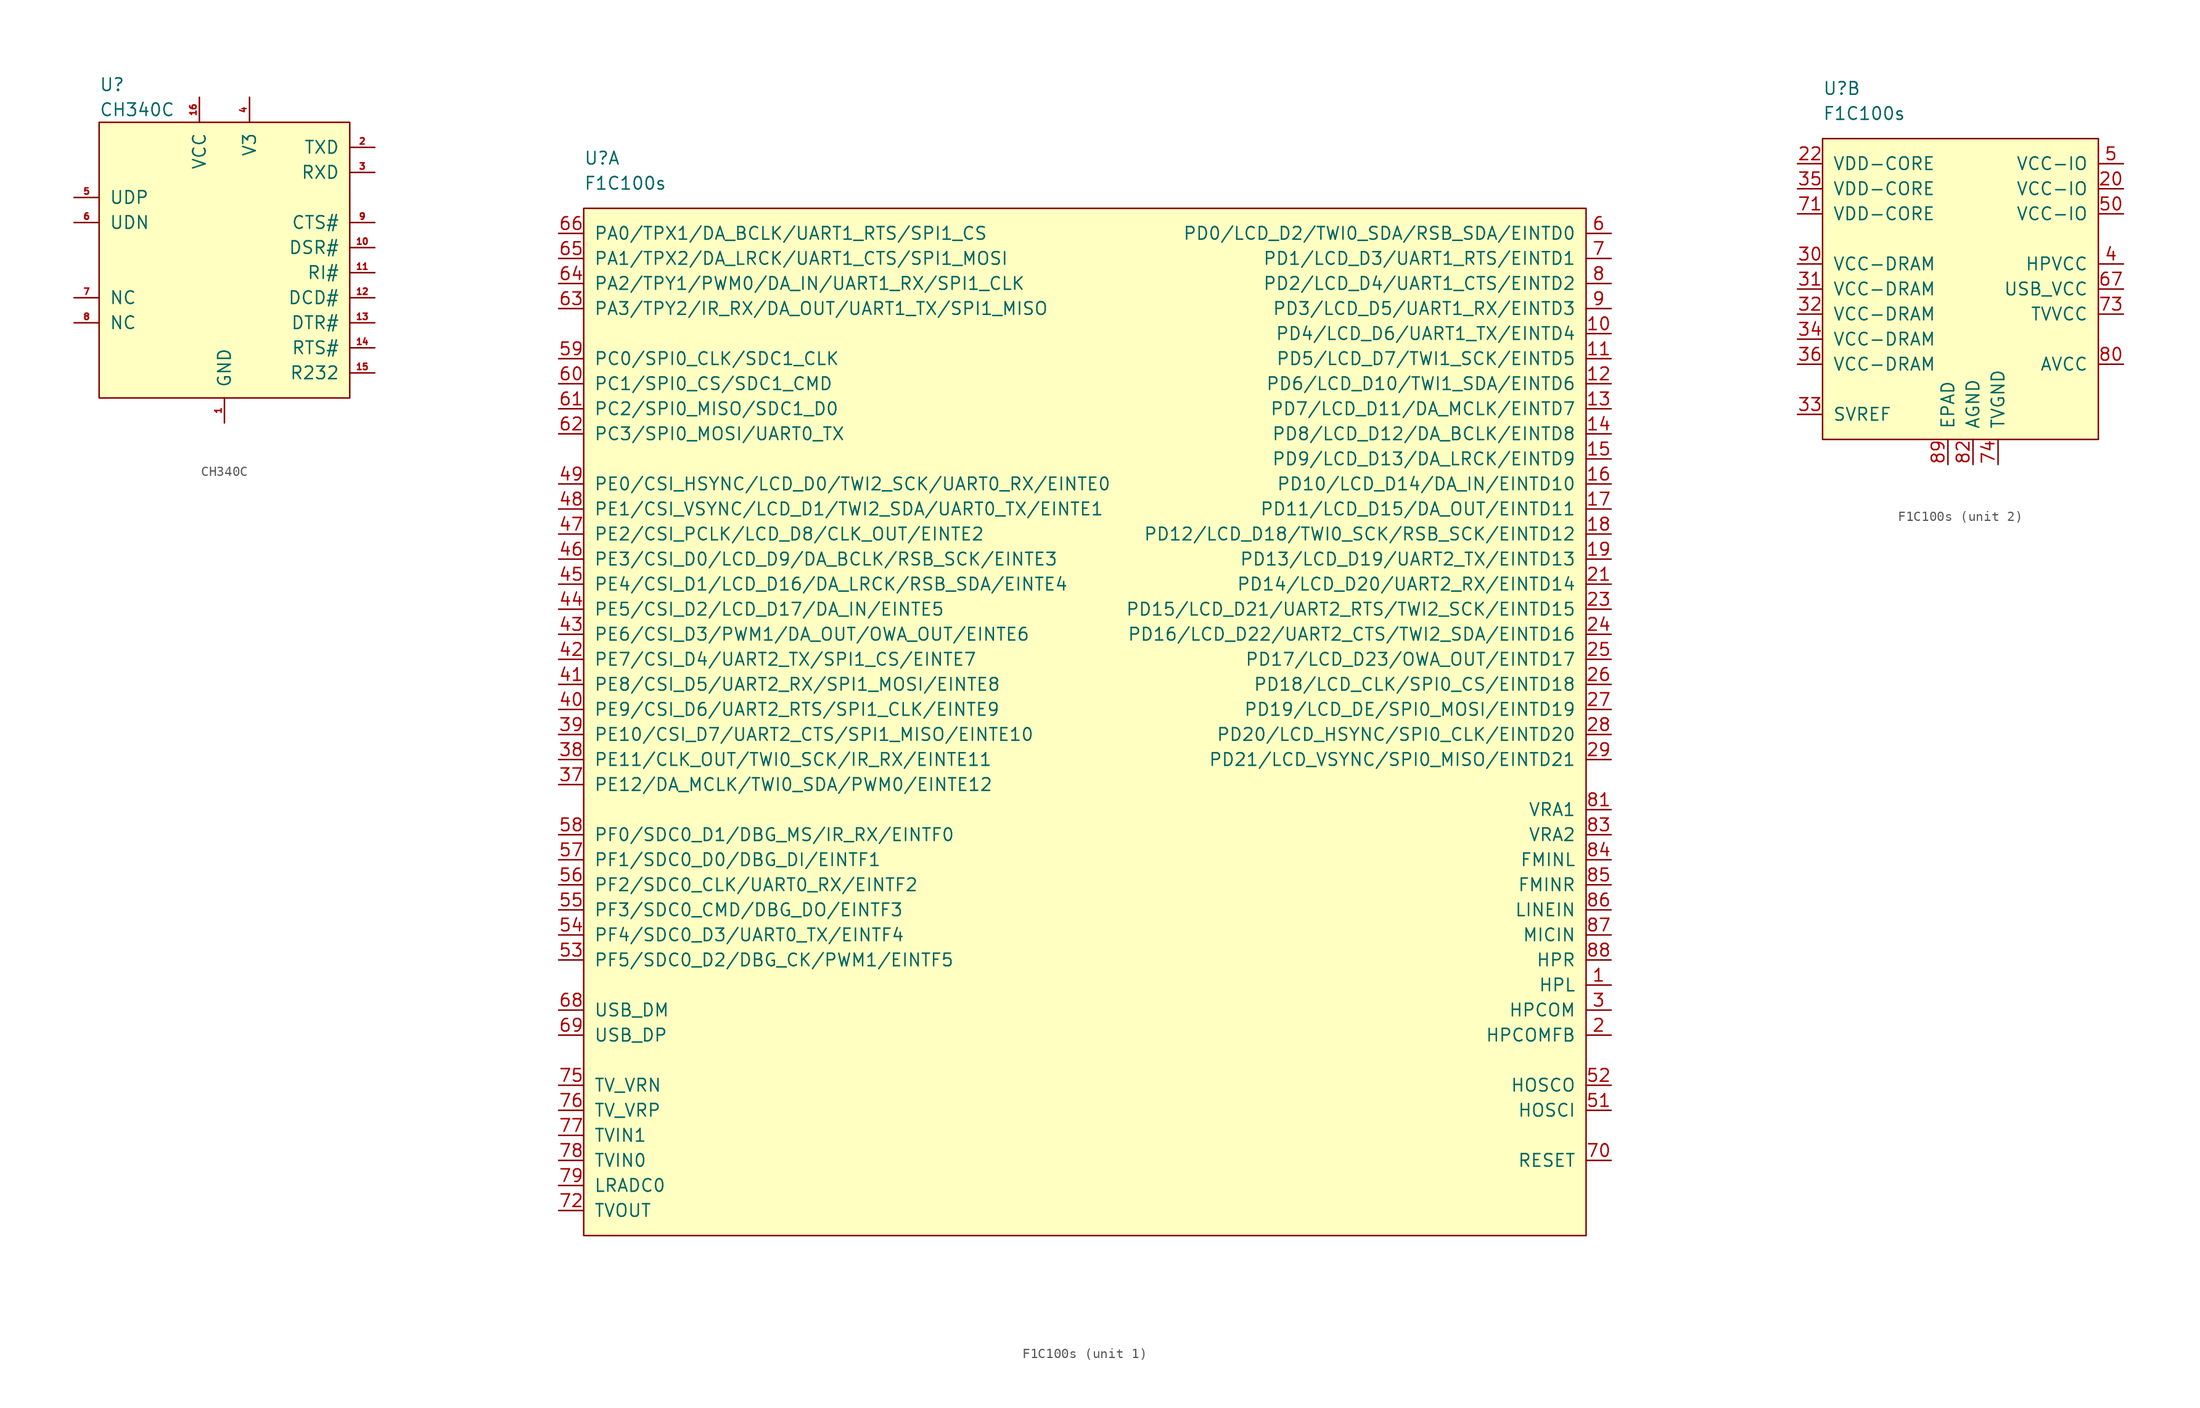
<source format=kicad_sym>
(kicad_symbol_lib
  (version 20241209)
  (generator "kicad_symbol_editor")
  (generator_version "9.0")
  (symbol "CH340C"
    (pin_names
      (offset 1.016))
    (property "Reference" "U"
      (at 0 3.81 0)
      (effects (font (size 1.27 1.27)) (justify left)))
    (property "Value" "CH340C"
      (at 0 1.27 0)
      (effects (font (size 1.27 1.27)) (justify left)))
    (symbol "CH340C_1_1"
      (rectangle (start 0 0) (end 25.4 -27.94) (stroke (width 0) (type solid)) (fill (type background)))
      (pin bidirectional line (at -2.54 -7.62 0) (length 2.54) (name "UDP" (effects (font (size 1.27 1.27)))) (number "5" (effects (font (size 0.635 0.635)))))
      (pin bidirectional line (at -2.54 -10.16 0) (length 2.54) (name "UDN" (effects (font (size 1.27 1.27)))) (number "6" (effects (font (size 0.635 0.635)))))
      (pin output line (at -2.54 -17.78 0) (length 2.54) (name "NC" (effects (font (size 1.27 1.27)))) (number "7" (effects (font (size 0.635 0.635)))))
      (pin output line (at -2.54 -20.32 0) (length 2.54) (name "NC" (effects (font (size 1.27 1.27)))) (number "8" (effects (font (size 0.635 0.635)))))
      (pin power_in line (at 10.16 2.54 270) (length 2.54) (name "VCC" (effects (font (size 1.27 1.27)))) (number "16" (effects (font (size 0.635 0.635)))))
      (pin power_in line (at 12.7 -30.48 90) (length 2.54) (name "GND" (effects (font (size 1.27 1.27)))) (number "1" (effects (font (size 0.635 0.635)))))
      (pin power_out line (at 15.24 2.54 270) (length 2.54) (name "V3" (effects (font (size 1.27 1.27)))) (number "4" (effects (font (size 0.635 0.635)))))
      (pin output line (at 27.94 -2.54 180) (length 2.54) (name "TXD" (effects (font (size 1.27 1.27)))) (number "2" (effects (font (size 0.635 0.635)))))
      (pin input line (at 27.94 -5.08 180) (length 2.54) (name "RXD" (effects (font (size 1.27 1.27)))) (number "3" (effects (font (size 0.635 0.635)))))
      (pin input line (at 27.94 -10.16 180) (length 2.54) (name "CTS#" (effects (font (size 1.27 1.27)))) (number "9" (effects (font (size 0.635 0.635)))))
      (pin input line (at 27.94 -12.7 180) (length 2.54) (name "DSR#" (effects (font (size 1.27 1.27)))) (number "10" (effects (font (size 0.635 0.635)))))
      (pin input line (at 27.94 -15.24 180) (length 2.54) (name "RI#" (effects (font (size 1.27 1.27)))) (number "11" (effects (font (size 0.635 0.635)))))
      (pin output line (at 27.94 -17.78 180) (length 2.54) (name "DCD#" (effects (font (size 1.27 1.27)))) (number "12" (effects (font (size 0.635 0.635)))))
      (pin output line (at 27.94 -20.32 180) (length 2.54) (name "DTR#" (effects (font (size 1.27 1.27)))) (number "13" (effects (font (size 0.635 0.635)))))
      (pin output line (at 27.94 -22.86 180) (length 2.54) (name "RTS#" (effects (font (size 1.27 1.27)))) (number "14" (effects (font (size 0.635 0.635)))))
      (pin input line (at 27.94 -25.4 180) (length 2.54) (name "R232" (effects (font (size 1.27 1.27)))) (number "15" (effects (font (size 0.635 0.635)))))))
  (symbol "F1C100s"
    (pin_names
      (offset 1.016))
    (property "Reference" "U"
      (at 0 5.08 0)
      (effects (font (size 1.27 1.27)) (justify left)))
    (property "Value" "F1C100s"
      (at 0 2.54 0)
      (effects (font (size 1.27 1.27)) (justify left)))
    (property "ki_locked" ""
      (at 0 0 0)
      (effects (font (size 1.27 1.27))))
    (symbol "F1C100s_1_1"
      (rectangle (start 0 0) (end 101.6 -104.14) (stroke (width 0) (type solid)) (fill (type background)))
      (pin bidirectional line (at -2.54 -2.54 0) (length 2.54) (name "PA0/TPX1/DA_BCLK/UART1_RTS/SPI1_CS" (effects (font (size 1.27 1.27)))) (number "66" (effects (font (size 1.27 1.27)))))
      (pin bidirectional line (at -2.54 -5.08 0) (length 2.54) (name "PA1/TPX2/DA_LRCK/UART1_CTS/SPI1_MOSI" (effects (font (size 1.27 1.27)))) (number "65" (effects (font (size 1.27 1.27)))))
      (pin bidirectional line (at -2.54 -7.62 0) (length 2.54) (name "PA2/TPY1/PWM0/DA_IN/UART1_RX/SPI1_CLK" (effects (font (size 1.27 1.27)))) (number "64" (effects (font (size 1.27 1.27)))))
      (pin bidirectional line (at -2.54 -10.16 0) (length 2.54) (name "PA3/TPY2/IR_RX/DA_OUT/UART1_TX/SPI1_MISO" (effects (font (size 1.27 1.27)))) (number "63" (effects (font (size 1.27 1.27)))))
      (pin bidirectional line (at -2.54 -15.24 0) (length 2.54) (name "PC0/SPI0_CLK/SDC1_CLK" (effects (font (size 1.27 1.27)))) (number "59" (effects (font (size 1.27 1.27)))))
      (pin bidirectional line (at -2.54 -17.78 0) (length 2.54) (name "PC1/SPI0_CS/SDC1_CMD" (effects (font (size 1.27 1.27)))) (number "60" (effects (font (size 1.27 1.27)))))
      (pin bidirectional line (at -2.54 -20.32 0) (length 2.54) (name "PC2/SPI0_MISO/SDC1_D0" (effects (font (size 1.27 1.27)))) (number "61" (effects (font (size 1.27 1.27)))))
      (pin bidirectional line (at -2.54 -22.86 0) (length 2.54) (name "PC3/SPI0_MOSI/UART0_TX" (effects (font (size 1.27 1.27)))) (number "62" (effects (font (size 1.27 1.27)))))
      (pin bidirectional line (at -2.54 -27.94 0) (length 2.54) (name "PE0/CSI_HSYNC/LCD_D0/TWI2_SCK/UART0_RX/EINTE0" (effects (font (size 1.27 1.27)))) (number "49" (effects (font (size 1.27 1.27)))))
      (pin bidirectional line (at -2.54 -30.48 0) (length 2.54) (name "PE1/CSI_VSYNC/LCD_D1/TWI2_SDA/UART0_TX/EINTE1" (effects (font (size 1.27 1.27)))) (number "48" (effects (font (size 1.27 1.27)))))
      (pin bidirectional line (at -2.54 -33.02 0) (length 2.54) (name "PE2/CSI_PCLK/LCD_D8/CLK_OUT/EINTE2" (effects (font (size 1.27 1.27)))) (number "47" (effects (font (size 1.27 1.27)))))
      (pin bidirectional line (at -2.54 -35.56 0) (length 2.54) (name "PE3/CSI_D0/LCD_D9/DA_BCLK/RSB_SCK/EINTE3" (effects (font (size 1.27 1.27)))) (number "46" (effects (font (size 1.27 1.27)))))
      (pin bidirectional line (at -2.54 -38.1 0) (length 2.54) (name "PE4/CSI_D1/LCD_D16/DA_LRCK/RSB_SDA/EINTE4" (effects (font (size 1.27 1.27)))) (number "45" (effects (font (size 1.27 1.27)))))
      (pin bidirectional line (at -2.54 -40.64 0) (length 2.54) (name "PE5/CSI_D2/LCD_D17/DA_IN/EINTE5" (effects (font (size 1.27 1.27)))) (number "44" (effects (font (size 1.27 1.27)))))
      (pin bidirectional line (at -2.54 -43.18 0) (length 2.54) (name "PE6/CSI_D3/PWM1/DA_OUT/OWA_OUT/EINTE6" (effects (font (size 1.27 1.27)))) (number "43" (effects (font (size 1.27 1.27)))))
      (pin bidirectional line (at -2.54 -45.72 0) (length 2.54) (name "PE7/CSI_D4/UART2_TX/SPI1_CS/EINTE7" (effects (font (size 1.27 1.27)))) (number "42" (effects (font (size 1.27 1.27)))))
      (pin bidirectional line (at -2.54 -48.26 0) (length 2.54) (name "PE8/CSI_D5/UART2_RX/SPI1_MOSI/EINTE8" (effects (font (size 1.27 1.27)))) (number "41" (effects (font (size 1.27 1.27)))))
      (pin bidirectional line (at -2.54 -50.8 0) (length 2.54) (name "PE9/CSI_D6/UART2_RTS/SPI1_CLK/EINTE9" (effects (font (size 1.27 1.27)))) (number "40" (effects (font (size 1.27 1.27)))))
      (pin bidirectional line (at -2.54 -53.34 0) (length 2.54) (name "PE10/CSI_D7/UART2_CTS/SPI1_MISO/EINTE10" (effects (font (size 1.27 1.27)))) (number "39" (effects (font (size 1.27 1.27)))))
      (pin bidirectional line (at -2.54 -55.88 0) (length 2.54) (name "PE11/CLK_OUT/TWI0_SCK/IR_RX/EINTE11" (effects (font (size 1.27 1.27)))) (number "38" (effects (font (size 1.27 1.27)))))
      (pin bidirectional line (at -2.54 -58.42 0) (length 2.54) (name "PE12/DA_MCLK/TWI0_SDA/PWM0/EINTE12" (effects (font (size 1.27 1.27)))) (number "37" (effects (font (size 1.27 1.27)))))
      (pin bidirectional line (at -2.54 -63.5 0) (length 2.54) (name "PF0/SDC0_D1/DBG_MS/IR_RX/EINTF0" (effects (font (size 1.27 1.27)))) (number "58" (effects (font (size 1.27 1.27)))))
      (pin bidirectional line (at -2.54 -66.04 0) (length 2.54) (name "PF1/SDC0_D0/DBG_DI/EINTF1" (effects (font (size 1.27 1.27)))) (number "57" (effects (font (size 1.27 1.27)))))
      (pin bidirectional line (at -2.54 -68.58 0) (length 2.54) (name "PF2/SDC0_CLK/UART0_RX/EINTF2" (effects (font (size 1.27 1.27)))) (number "56" (effects (font (size 1.27 1.27)))))
      (pin bidirectional line (at -2.54 -71.12 0) (length 2.54) (name "PF3/SDC0_CMD/DBG_DO/EINTF3" (effects (font (size 1.27 1.27)))) (number "55" (effects (font (size 1.27 1.27)))))
      (pin bidirectional line (at -2.54 -73.66 0) (length 2.54) (name "PF4/SDC0_D3/UART0_TX/EINTF4" (effects (font (size 1.27 1.27)))) (number "54" (effects (font (size 1.27 1.27)))))
      (pin bidirectional line (at -2.54 -76.2 0) (length 2.54) (name "PF5/SDC0_D2/DBG_CK/PWM1/EINTF5" (effects (font (size 1.27 1.27)))) (number "53" (effects (font (size 1.27 1.27)))))
      (pin bidirectional line (at -2.54 -81.28 0) (length 2.54) (name "USB_DM" (effects (font (size 1.27 1.27)))) (number "68" (effects (font (size 1.27 1.27)))))
      (pin bidirectional line (at -2.54 -83.82 0) (length 2.54) (name "USB_DP" (effects (font (size 1.27 1.27)))) (number "69" (effects (font (size 1.27 1.27)))))
      (pin input line (at -2.54 -88.9 0) (length 2.54) (name "TV_VRN" (effects (font (size 1.27 1.27)))) (number "75" (effects (font (size 1.27 1.27)))))
      (pin input line (at -2.54 -91.44 0) (length 2.54) (name "TV_VRP" (effects (font (size 1.27 1.27)))) (number "76" (effects (font (size 1.27 1.27)))))
      (pin input line (at -2.54 -93.98 0) (length 2.54) (name "TVIN1" (effects (font (size 1.27 1.27)))) (number "77" (effects (font (size 1.27 1.27)))))
      (pin input line (at -2.54 -96.52 0) (length 2.54) (name "TVIN0" (effects (font (size 1.27 1.27)))) (number "78" (effects (font (size 1.27 1.27)))))
      (pin input line (at -2.54 -99.06 0) (length 2.54) (name "LRADC0" (effects (font (size 1.27 1.27)))) (number "79" (effects (font (size 1.27 1.27)))))
      (pin output line (at -2.54 -101.6 0) (length 2.54) (name "TVOUT" (effects (font (size 1.27 1.27)))) (number "72" (effects (font (size 1.27 1.27)))))
      (pin bidirectional line (at 104.14 -2.54 180) (length 2.54) (name "PD0/LCD_D2/TWI0_SDA/RSB_SDA/EINTD0" (effects (font (size 1.27 1.27)))) (number "6" (effects (font (size 1.27 1.27)))))
      (pin bidirectional line (at 104.14 -5.08 180) (length 2.54) (name "PD1/LCD_D3/UART1_RTS/EINTD1" (effects (font (size 1.27 1.27)))) (number "7" (effects (font (size 1.27 1.27)))))
      (pin bidirectional line (at 104.14 -7.62 180) (length 2.54) (name "PD2/LCD_D4/UART1_CTS/EINTD2" (effects (font (size 1.27 1.27)))) (number "8" (effects (font (size 1.27 1.27)))))
      (pin bidirectional line (at 104.14 -10.16 180) (length 2.54) (name "PD3/LCD_D5/UART1_RX/EINTD3" (effects (font (size 1.27 1.27)))) (number "9" (effects (font (size 1.27 1.27)))))
      (pin bidirectional line (at 104.14 -12.7 180) (length 2.54) (name "PD4/LCD_D6/UART1_TX/EINTD4" (effects (font (size 1.27 1.27)))) (number "10" (effects (font (size 1.27 1.27)))))
      (pin bidirectional line (at 104.14 -15.24 180) (length 2.54) (name "PD5/LCD_D7/TWI1_SCK/EINTD5" (effects (font (size 1.27 1.27)))) (number "11" (effects (font (size 1.27 1.27)))))
      (pin bidirectional line (at 104.14 -17.78 180) (length 2.54) (name "PD6/LCD_D10/TWI1_SDA/EINTD6" (effects (font (size 1.27 1.27)))) (number "12" (effects (font (size 1.27 1.27)))))
      (pin bidirectional line (at 104.14 -20.32 180) (length 2.54) (name "PD7/LCD_D11/DA_MCLK/EINTD7" (effects (font (size 1.27 1.27)))) (number "13" (effects (font (size 1.27 1.27)))))
      (pin bidirectional line (at 104.14 -22.86 180) (length 2.54) (name "PD8/LCD_D12/DA_BCLK/EINTD8" (effects (font (size 1.27 1.27)))) (number "14" (effects (font (size 1.27 1.27)))))
      (pin bidirectional line (at 104.14 -25.4 180) (length 2.54) (name "PD9/LCD_D13/DA_LRCK/EINTD9" (effects (font (size 1.27 1.27)))) (number "15" (effects (font (size 1.27 1.27)))))
      (pin bidirectional line (at 104.14 -27.94 180) (length 2.54) (name "PD10/LCD_D14/DA_IN/EINTD10" (effects (font (size 1.27 1.27)))) (number "16" (effects (font (size 1.27 1.27)))))
      (pin bidirectional line (at 104.14 -30.48 180) (length 2.54) (name "PD11/LCD_D15/DA_OUT/EINTD11" (effects (font (size 1.27 1.27)))) (number "17" (effects (font (size 1.27 1.27)))))
      (pin bidirectional line (at 104.14 -33.02 180) (length 2.54) (name "PD12/LCD_D18/TWI0_SCK/RSB_SCK/EINTD12" (effects (font (size 1.27 1.27)))) (number "18" (effects (font (size 1.27 1.27)))))
      (pin bidirectional line (at 104.14 -35.56 180) (length 2.54) (name "PD13/LCD_D19/UART2_TX/EINTD13" (effects (font (size 1.27 1.27)))) (number "19" (effects (font (size 1.27 1.27)))))
      (pin bidirectional line (at 104.14 -38.1 180) (length 2.54) (name "PD14/LCD_D20/UART2_RX/EINTD14" (effects (font (size 1.27 1.27)))) (number "21" (effects (font (size 1.27 1.27)))))
      (pin bidirectional line (at 104.14 -40.64 180) (length 2.54) (name "PD15/LCD_D21/UART2_RTS/TWI2_SCK/EINTD15" (effects (font (size 1.27 1.27)))) (number "23" (effects (font (size 1.27 1.27)))))
      (pin bidirectional line (at 104.14 -43.18 180) (length 2.54) (name "PD16/LCD_D22/UART2_CTS/TWI2_SDA/EINTD16" (effects (font (size 1.27 1.27)))) (number "24" (effects (font (size 1.27 1.27)))))
      (pin bidirectional line (at 104.14 -45.72 180) (length 2.54) (name "PD17/LCD_D23/OWA_OUT/EINTD17" (effects (font (size 1.27 1.27)))) (number "25" (effects (font (size 1.27 1.27)))))
      (pin bidirectional line (at 104.14 -48.26 180) (length 2.54) (name "PD18/LCD_CLK/SPI0_CS/EINTD18" (effects (font (size 1.27 1.27)))) (number "26" (effects (font (size 1.27 1.27)))))
      (pin bidirectional line (at 104.14 -50.8 180) (length 2.54) (name "PD19/LCD_DE/SPI0_MOSI/EINTD19" (effects (font (size 1.27 1.27)))) (number "27" (effects (font (size 1.27 1.27)))))
      (pin bidirectional line (at 104.14 -53.34 180) (length 2.54) (name "PD20/LCD_HSYNC/SPI0_CLK/EINTD20" (effects (font (size 1.27 1.27)))) (number "28" (effects (font (size 1.27 1.27)))))
      (pin bidirectional line (at 104.14 -55.88 180) (length 2.54) (name "PD21/LCD_VSYNC/SPI0_MISO/EINTD21" (effects (font (size 1.27 1.27)))) (number "29" (effects (font (size 1.27 1.27)))))
      (pin power_out line (at 104.14 -60.96 180) (length 2.54) (name "VRA1" (effects (font (size 1.27 1.27)))) (number "81" (effects (font (size 1.27 1.27)))))
      (pin power_out line (at 104.14 -63.5 180) (length 2.54) (name "VRA2" (effects (font (size 1.27 1.27)))) (number "83" (effects (font (size 1.27 1.27)))))
      (pin input line (at 104.14 -66.04 180) (length 2.54) (name "FMINL" (effects (font (size 1.27 1.27)))) (number "84" (effects (font (size 1.27 1.27)))))
      (pin input line (at 104.14 -68.58 180) (length 2.54) (name "FMINR" (effects (font (size 1.27 1.27)))) (number "85" (effects (font (size 1.27 1.27)))))
      (pin input line (at 104.14 -71.12 180) (length 2.54) (name "LINEIN" (effects (font (size 1.27 1.27)))) (number "86" (effects (font (size 1.27 1.27)))))
      (pin input line (at 104.14 -73.66 180) (length 2.54) (name "MICIN" (effects (font (size 1.27 1.27)))) (number "87" (effects (font (size 1.27 1.27)))))
      (pin output line (at 104.14 -76.2 180) (length 2.54) (name "HPR" (effects (font (size 1.27 1.27)))) (number "88" (effects (font (size 1.27 1.27)))))
      (pin output line (at 104.14 -78.74 180) (length 2.54) (name "HPL" (effects (font (size 1.27 1.27)))) (number "1" (effects (font (size 1.27 1.27)))))
      (pin output line (at 104.14 -81.28 180) (length 2.54) (name "HPCOM" (effects (font (size 1.27 1.27)))) (number "3" (effects (font (size 1.27 1.27)))))
      (pin input line (at 104.14 -83.82 180) (length 2.54) (name "HPCOMFB" (effects (font (size 1.27 1.27)))) (number "2" (effects (font (size 1.27 1.27)))))
      (pin output line (at 104.14 -88.9 180) (length 2.54) (name "HOSCO" (effects (font (size 1.27 1.27)))) (number "52" (effects (font (size 1.27 1.27)))))
      (pin input line (at 104.14 -91.44 180) (length 2.54) (name "HOSCI" (effects (font (size 1.27 1.27)))) (number "51" (effects (font (size 1.27 1.27)))))
      (pin input line (at 104.14 -96.52 180) (length 2.54) (name "RESET" (effects (font (size 1.27 1.27)))) (number "70" (effects (font (size 1.27 1.27))))))
    (symbol "F1C100s_2_1"
      (rectangle (start 0 0) (end 27.94 -30.48) (stroke (width 0) (type solid)) (fill (type background)))
      (pin power_in line (at -2.54 -2.54 0) (length 2.54) (name "VDD-CORE" (effects (font (size 1.27 1.27)))) (number "22" (effects (font (size 1.27 1.27)))))
      (pin power_in line (at -2.54 -5.08 0) (length 2.54) (name "VDD-CORE" (effects (font (size 1.27 1.27)))) (number "35" (effects (font (size 1.27 1.27)))))
      (pin power_in line (at -2.54 -7.62 0) (length 2.54) (name "VDD-CORE" (effects (font (size 1.27 1.27)))) (number "71" (effects (font (size 1.27 1.27)))))
      (pin power_in line (at -2.54 -12.7 0) (length 2.54) (name "VCC-DRAM" (effects (font (size 1.27 1.27)))) (number "30" (effects (font (size 1.27 1.27)))))
      (pin power_in line (at -2.54 -15.24 0) (length 2.54) (name "VCC-DRAM" (effects (font (size 1.27 1.27)))) (number "31" (effects (font (size 1.27 1.27)))))
      (pin power_in line (at -2.54 -17.78 0) (length 2.54) (name "VCC-DRAM" (effects (font (size 1.27 1.27)))) (number "32" (effects (font (size 1.27 1.27)))))
      (pin power_in line (at -2.54 -20.32 0) (length 2.54) (name "VCC-DRAM" (effects (font (size 1.27 1.27)))) (number "34" (effects (font (size 1.27 1.27)))))
      (pin power_in line (at -2.54 -22.86 0) (length 2.54) (name "VCC-DRAM" (effects (font (size 1.27 1.27)))) (number "36" (effects (font (size 1.27 1.27)))))
      (pin input line (at -2.54 -27.94 0) (length 2.54) (name "SVREF" (effects (font (size 1.27 1.27)))) (number "33" (effects (font (size 1.27 1.27)))))
      (pin power_in line (at 12.7 -33.02 90) (length 2.54) (name "EPAD" (effects (font (size 1.27 1.27)))) (number "89" (effects (font (size 1.27 1.27)))))
      (pin power_in line (at 15.24 -33.02 90) (length 2.54) (name "AGND" (effects (font (size 1.27 1.27)))) (number "82" (effects (font (size 1.27 1.27)))))
      (pin power_in line (at 17.78 -33.02 90) (length 2.54) (name "TVGND" (effects (font (size 1.27 1.27)))) (number "74" (effects (font (size 1.27 1.27)))))
      (pin power_in line (at 30.48 -2.54 180) (length 2.54) (name "VCC-IO" (effects (font (size 1.27 1.27)))) (number "5" (effects (font (size 1.27 1.27)))))
      (pin power_in line (at 30.48 -5.08 180) (length 2.54) (name "VCC-IO" (effects (font (size 1.27 1.27)))) (number "20" (effects (font (size 1.27 1.27)))))
      (pin power_in line (at 30.48 -7.62 180) (length 2.54) (name "VCC-IO" (effects (font (size 1.27 1.27)))) (number "50" (effects (font (size 1.27 1.27)))))
      (pin power_in line (at 30.48 -12.7 180) (length 2.54) (name "HPVCC" (effects (font (size 1.27 1.27)))) (number "4" (effects (font (size 1.27 1.27)))))
      (pin power_in line (at 30.48 -15.24 180) (length 2.54) (name "USB_VCC" (effects (font (size 1.27 1.27)))) (number "67" (effects (font (size 1.27 1.27)))))
      (pin power_in line (at 30.48 -17.78 180) (length 2.54) (name "TVVCC" (effects (font (size 1.27 1.27)))) (number "73" (effects (font (size 1.27 1.27)))))
      (pin power_in line (at 30.48 -22.86 180) (length 2.54) (name "AVCC" (effects (font (size 1.27 1.27)))) (number "80" (effects (font (size 1.27 1.27))))))))
</source>
